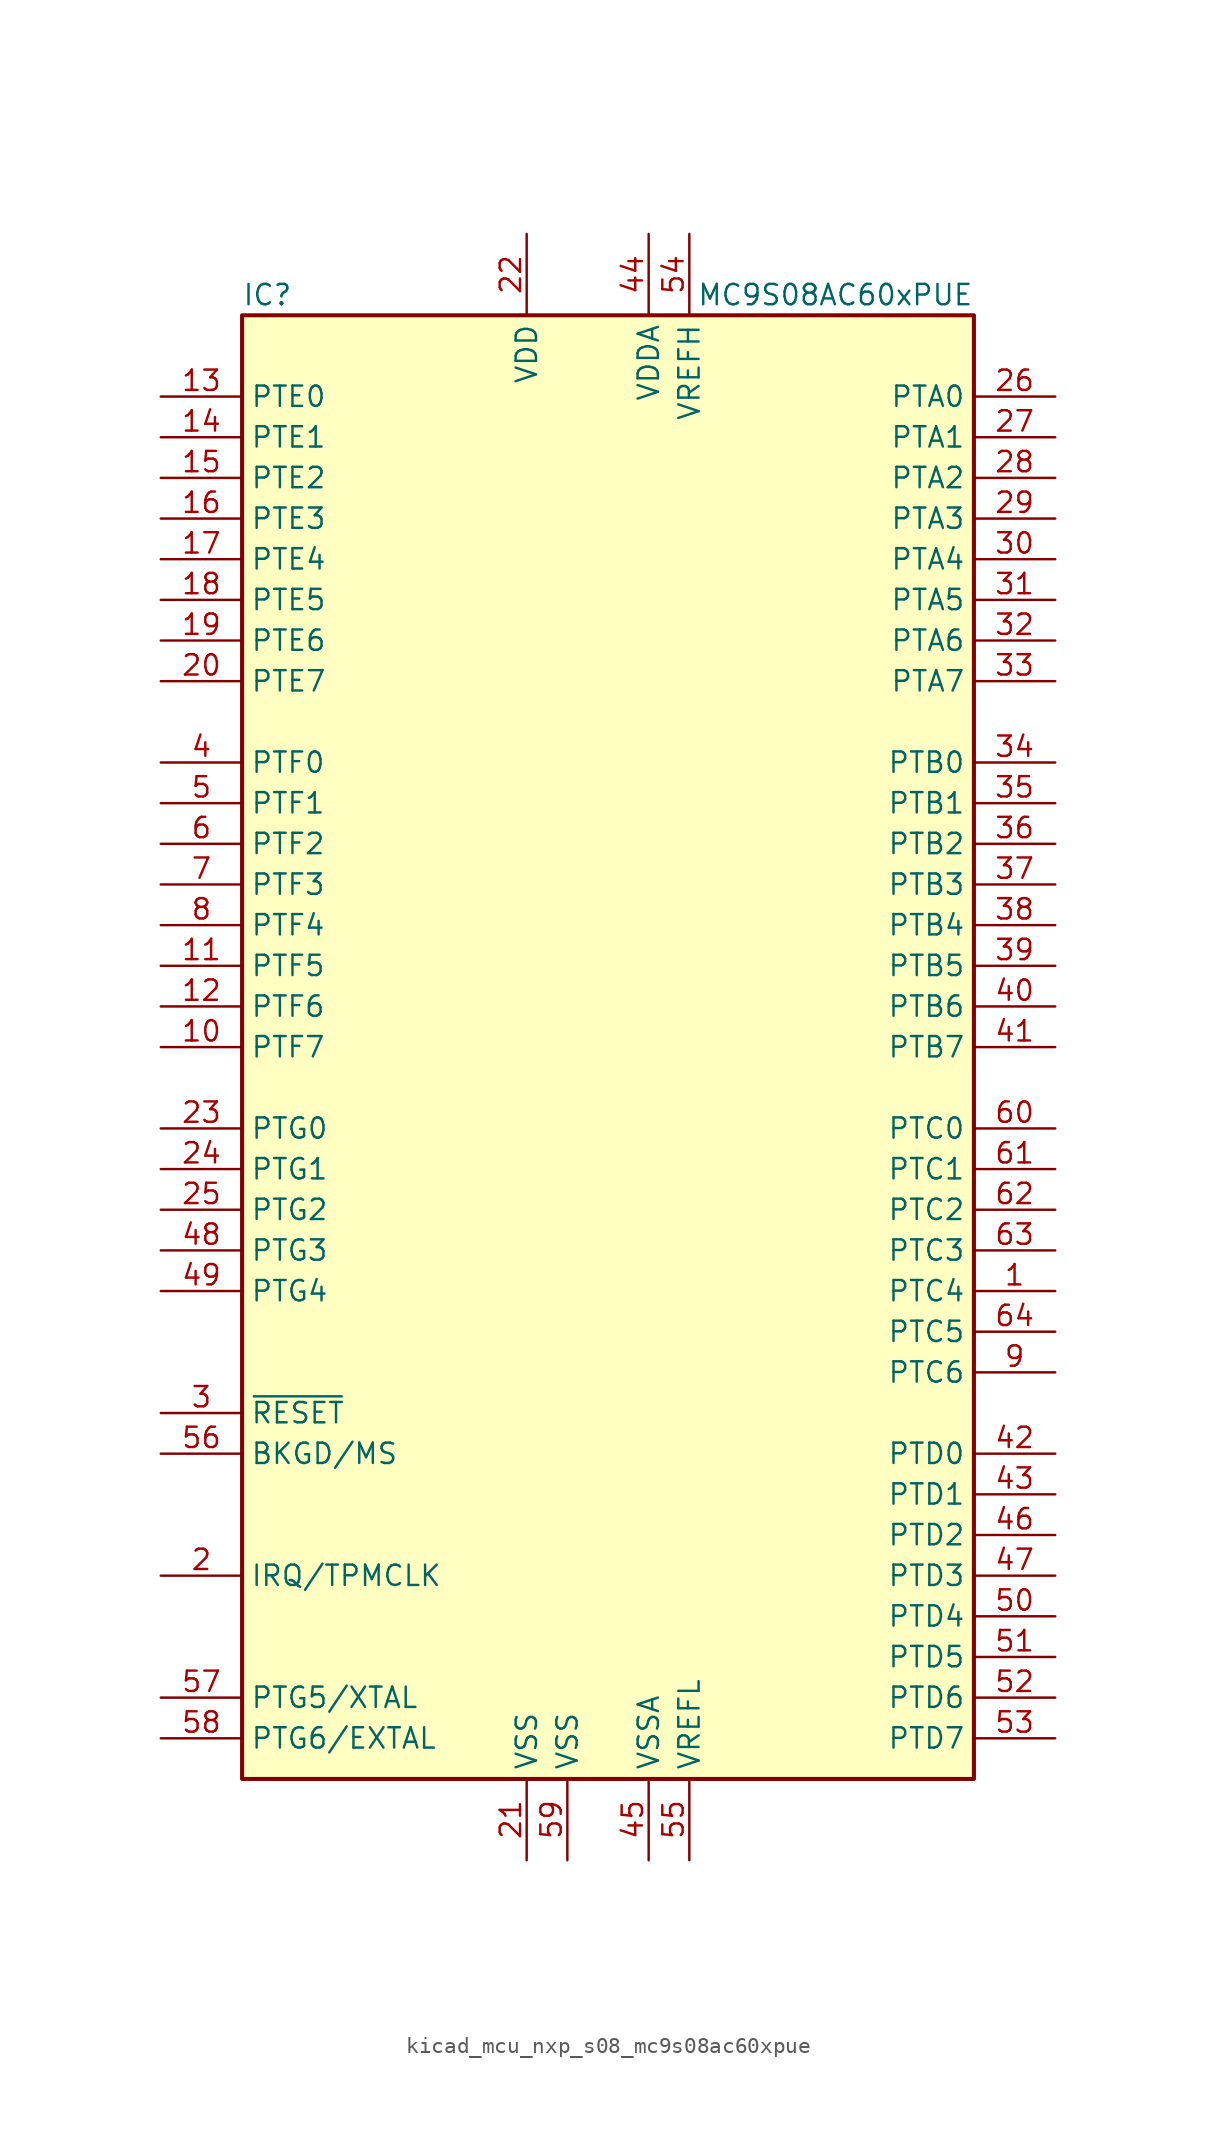
<source format=kicad_sym>
(kicad_symbol_lib
  (version 20220914)
  (generator kicad_symbol_editor)
  (symbol "kicad_mcu_nxp_s08_mc9s08ac60xpue"
    (property "Reference" "IC"
      (at -22.86 46.99 0)
      (effects (font (size 1.27 1.27)) (justify left)))
    (property "Value" "MC9S08AC60xPUE"
      (at 22.86 46.99 0)
      (effects (font (size 1.27 1.27)) (justify right)))
    (symbol "kicad_mcu_nxp_s08_mc9s08ac60xpue_0_1"
      (rectangle (start -22.86 45.72) (end 22.86 -45.72) (stroke (width 0.254) (type default)) (fill (type background))))
    (symbol "kicad_mcu_nxp_s08_mc9s08ac60xpue_1_1"
      (pin bidirectional line (at 27.94 -15.24 180) (length 5.08) (name "PTC4" (effects (font (size 1.27 1.27)))) (number "1" (effects (font (size 1.27 1.27)))))
      (pin bidirectional line (at -27.94 0 0) (length 5.08) (name "PTF7" (effects (font (size 1.27 1.27)))) (number "10" (effects (font (size 1.27 1.27)))))
      (pin bidirectional line (at -27.94 5.08 0) (length 5.08) (name "PTF5" (effects (font (size 1.27 1.27)))) (number "11" (effects (font (size 1.27 1.27)))))
      (pin bidirectional line (at -27.94 2.54 0) (length 5.08) (name "PTF6" (effects (font (size 1.27 1.27)))) (number "12" (effects (font (size 1.27 1.27)))))
      (pin bidirectional line (at -27.94 40.64 0) (length 5.08) (name "PTE0" (effects (font (size 1.27 1.27)))) (number "13" (effects (font (size 1.27 1.27)))))
      (pin bidirectional line (at -27.94 38.1 0) (length 5.08) (name "PTE1" (effects (font (size 1.27 1.27)))) (number "14" (effects (font (size 1.27 1.27)))))
      (pin bidirectional line (at -27.94 35.56 0) (length 5.08) (name "PTE2" (effects (font (size 1.27 1.27)))) (number "15" (effects (font (size 1.27 1.27)))))
      (pin bidirectional line (at -27.94 33.02 0) (length 5.08) (name "PTE3" (effects (font (size 1.27 1.27)))) (number "16" (effects (font (size 1.27 1.27)))))
      (pin bidirectional line (at -27.94 30.48 0) (length 5.08) (name "PTE4" (effects (font (size 1.27 1.27)))) (number "17" (effects (font (size 1.27 1.27)))))
      (pin bidirectional line (at -27.94 27.94 0) (length 5.08) (name "PTE5" (effects (font (size 1.27 1.27)))) (number "18" (effects (font (size 1.27 1.27)))))
      (pin bidirectional line (at -27.94 25.4 0) (length 5.08) (name "PTE6" (effects (font (size 1.27 1.27)))) (number "19" (effects (font (size 1.27 1.27)))))
      (pin input line (at -27.94 -33.02 0) (length 5.08) (name "IRQ/TPMCLK" (effects (font (size 1.27 1.27)))) (number "2" (effects (font (size 1.27 1.27)))))
      (pin bidirectional line (at -27.94 22.86 0) (length 5.08) (name "PTE7" (effects (font (size 1.27 1.27)))) (number "20" (effects (font (size 1.27 1.27)))))
      (pin power_in line (at -5.08 -50.8 90) (length 5.08) (name "VSS" (effects (font (size 1.27 1.27)))) (number "21" (effects (font (size 1.27 1.27)))))
      (pin power_in line (at -5.08 50.8 270) (length 5.08) (name "VDD" (effects (font (size 1.27 1.27)))) (number "22" (effects (font (size 1.27 1.27)))))
      (pin bidirectional line (at -27.94 -5.08 0) (length 5.08) (name "PTG0" (effects (font (size 1.27 1.27)))) (number "23" (effects (font (size 1.27 1.27)))))
      (pin bidirectional line (at -27.94 -7.62 0) (length 5.08) (name "PTG1" (effects (font (size 1.27 1.27)))) (number "24" (effects (font (size 1.27 1.27)))))
      (pin bidirectional line (at -27.94 -10.16 0) (length 5.08) (name "PTG2" (effects (font (size 1.27 1.27)))) (number "25" (effects (font (size 1.27 1.27)))))
      (pin bidirectional line (at 27.94 40.64 180) (length 5.08) (name "PTA0" (effects (font (size 1.27 1.27)))) (number "26" (effects (font (size 1.27 1.27)))))
      (pin bidirectional line (at 27.94 38.1 180) (length 5.08) (name "PTA1" (effects (font (size 1.27 1.27)))) (number "27" (effects (font (size 1.27 1.27)))))
      (pin bidirectional line (at 27.94 35.56 180) (length 5.08) (name "PTA2" (effects (font (size 1.27 1.27)))) (number "28" (effects (font (size 1.27 1.27)))))
      (pin bidirectional line (at 27.94 33.02 180) (length 5.08) (name "PTA3" (effects (font (size 1.27 1.27)))) (number "29" (effects (font (size 1.27 1.27)))))
      (pin input line (at -27.94 -22.86 0) (length 5.08) (name "~{RESET}" (effects (font (size 1.27 1.27)))) (number "3" (effects (font (size 1.27 1.27)))))
      (pin bidirectional line (at 27.94 30.48 180) (length 5.08) (name "PTA4" (effects (font (size 1.27 1.27)))) (number "30" (effects (font (size 1.27 1.27)))))
      (pin bidirectional line (at 27.94 27.94 180) (length 5.08) (name "PTA5" (effects (font (size 1.27 1.27)))) (number "31" (effects (font (size 1.27 1.27)))))
      (pin bidirectional line (at 27.94 25.4 180) (length 5.08) (name "PTA6" (effects (font (size 1.27 1.27)))) (number "32" (effects (font (size 1.27 1.27)))))
      (pin bidirectional line (at 27.94 22.86 180) (length 5.08) (name "PTA7" (effects (font (size 1.27 1.27)))) (number "33" (effects (font (size 1.27 1.27)))))
      (pin bidirectional line (at 27.94 17.78 180) (length 5.08) (name "PTB0" (effects (font (size 1.27 1.27)))) (number "34" (effects (font (size 1.27 1.27)))))
      (pin bidirectional line (at 27.94 15.24 180) (length 5.08) (name "PTB1" (effects (font (size 1.27 1.27)))) (number "35" (effects (font (size 1.27 1.27)))))
      (pin bidirectional line (at 27.94 12.7 180) (length 5.08) (name "PTB2" (effects (font (size 1.27 1.27)))) (number "36" (effects (font (size 1.27 1.27)))))
      (pin bidirectional line (at 27.94 10.16 180) (length 5.08) (name "PTB3" (effects (font (size 1.27 1.27)))) (number "37" (effects (font (size 1.27 1.27)))))
      (pin bidirectional line (at 27.94 7.62 180) (length 5.08) (name "PTB4" (effects (font (size 1.27 1.27)))) (number "38" (effects (font (size 1.27 1.27)))))
      (pin bidirectional line (at 27.94 5.08 180) (length 5.08) (name "PTB5" (effects (font (size 1.27 1.27)))) (number "39" (effects (font (size 1.27 1.27)))))
      (pin bidirectional line (at -27.94 17.78 0) (length 5.08) (name "PTF0" (effects (font (size 1.27 1.27)))) (number "4" (effects (font (size 1.27 1.27)))))
      (pin bidirectional line (at 27.94 2.54 180) (length 5.08) (name "PTB6" (effects (font (size 1.27 1.27)))) (number "40" (effects (font (size 1.27 1.27)))))
      (pin bidirectional line (at 27.94 0 180) (length 5.08) (name "PTB7" (effects (font (size 1.27 1.27)))) (number "41" (effects (font (size 1.27 1.27)))))
      (pin bidirectional line (at 27.94 -25.4 180) (length 5.08) (name "PTD0" (effects (font (size 1.27 1.27)))) (number "42" (effects (font (size 1.27 1.27)))))
      (pin bidirectional line (at 27.94 -27.94 180) (length 5.08) (name "PTD1" (effects (font (size 1.27 1.27)))) (number "43" (effects (font (size 1.27 1.27)))))
      (pin power_in line (at 2.54 50.8 270) (length 5.08) (name "VDDA" (effects (font (size 1.27 1.27)))) (number "44" (effects (font (size 1.27 1.27)))))
      (pin power_in line (at 2.54 -50.8 90) (length 5.08) (name "VSSA" (effects (font (size 1.27 1.27)))) (number "45" (effects (font (size 1.27 1.27)))))
      (pin bidirectional line (at 27.94 -30.48 180) (length 5.08) (name "PTD2" (effects (font (size 1.27 1.27)))) (number "46" (effects (font (size 1.27 1.27)))))
      (pin bidirectional line (at 27.94 -33.02 180) (length 5.08) (name "PTD3" (effects (font (size 1.27 1.27)))) (number "47" (effects (font (size 1.27 1.27)))))
      (pin bidirectional line (at -27.94 -12.7 0) (length 5.08) (name "PTG3" (effects (font (size 1.27 1.27)))) (number "48" (effects (font (size 1.27 1.27)))))
      (pin bidirectional line (at -27.94 -15.24 0) (length 5.08) (name "PTG4" (effects (font (size 1.27 1.27)))) (number "49" (effects (font (size 1.27 1.27)))))
      (pin bidirectional line (at -27.94 15.24 0) (length 5.08) (name "PTF1" (effects (font (size 1.27 1.27)))) (number "5" (effects (font (size 1.27 1.27)))))
      (pin bidirectional line (at 27.94 -35.56 180) (length 5.08) (name "PTD4" (effects (font (size 1.27 1.27)))) (number "50" (effects (font (size 1.27 1.27)))))
      (pin bidirectional line (at 27.94 -38.1 180) (length 5.08) (name "PTD5" (effects (font (size 1.27 1.27)))) (number "51" (effects (font (size 1.27 1.27)))))
      (pin bidirectional line (at 27.94 -40.64 180) (length 5.08) (name "PTD6" (effects (font (size 1.27 1.27)))) (number "52" (effects (font (size 1.27 1.27)))))
      (pin bidirectional line (at 27.94 -43.18 180) (length 5.08) (name "PTD7" (effects (font (size 1.27 1.27)))) (number "53" (effects (font (size 1.27 1.27)))))
      (pin power_in line (at 5.08 50.8 270) (length 5.08) (name "VREFH" (effects (font (size 1.27 1.27)))) (number "54" (effects (font (size 1.27 1.27)))))
      (pin power_in line (at 5.08 -50.8 90) (length 5.08) (name "VREFL" (effects (font (size 1.27 1.27)))) (number "55" (effects (font (size 1.27 1.27)))))
      (pin bidirectional line (at -27.94 -25.4 0) (length 5.08) (name "BKGD/MS" (effects (font (size 1.27 1.27)))) (number "56" (effects (font (size 1.27 1.27)))))
      (pin bidirectional line (at -27.94 -40.64 0) (length 5.08) (name "PTG5/XTAL" (effects (font (size 1.27 1.27)))) (number "57" (effects (font (size 1.27 1.27)))))
      (pin bidirectional line (at -27.94 -43.18 0) (length 5.08) (name "PTG6/EXTAL" (effects (font (size 1.27 1.27)))) (number "58" (effects (font (size 1.27 1.27)))))
      (pin power_in line (at -2.54 -50.8 90) (length 5.08) (name "VSS" (effects (font (size 1.27 1.27)))) (number "59" (effects (font (size 1.27 1.27)))))
      (pin bidirectional line (at -27.94 12.7 0) (length 5.08) (name "PTF2" (effects (font (size 1.27 1.27)))) (number "6" (effects (font (size 1.27 1.27)))))
      (pin bidirectional line (at 27.94 -5.08 180) (length 5.08) (name "PTC0" (effects (font (size 1.27 1.27)))) (number "60" (effects (font (size 1.27 1.27)))))
      (pin bidirectional line (at 27.94 -7.62 180) (length 5.08) (name "PTC1" (effects (font (size 1.27 1.27)))) (number "61" (effects (font (size 1.27 1.27)))))
      (pin bidirectional line (at 27.94 -10.16 180) (length 5.08) (name "PTC2" (effects (font (size 1.27 1.27)))) (number "62" (effects (font (size 1.27 1.27)))))
      (pin bidirectional line (at 27.94 -12.7 180) (length 5.08) (name "PTC3" (effects (font (size 1.27 1.27)))) (number "63" (effects (font (size 1.27 1.27)))))
      (pin bidirectional line (at 27.94 -17.78 180) (length 5.08) (name "PTC5" (effects (font (size 1.27 1.27)))) (number "64" (effects (font (size 1.27 1.27)))))
      (pin bidirectional line (at -27.94 10.16 0) (length 5.08) (name "PTF3" (effects (font (size 1.27 1.27)))) (number "7" (effects (font (size 1.27 1.27)))))
      (pin bidirectional line (at -27.94 7.62 0) (length 5.08) (name "PTF4" (effects (font (size 1.27 1.27)))) (number "8" (effects (font (size 1.27 1.27)))))
      (pin bidirectional line (at 27.94 -20.32 180) (length 5.08) (name "PTC6" (effects (font (size 1.27 1.27)))) (number "9" (effects (font (size 1.27 1.27))))))))
</source>
